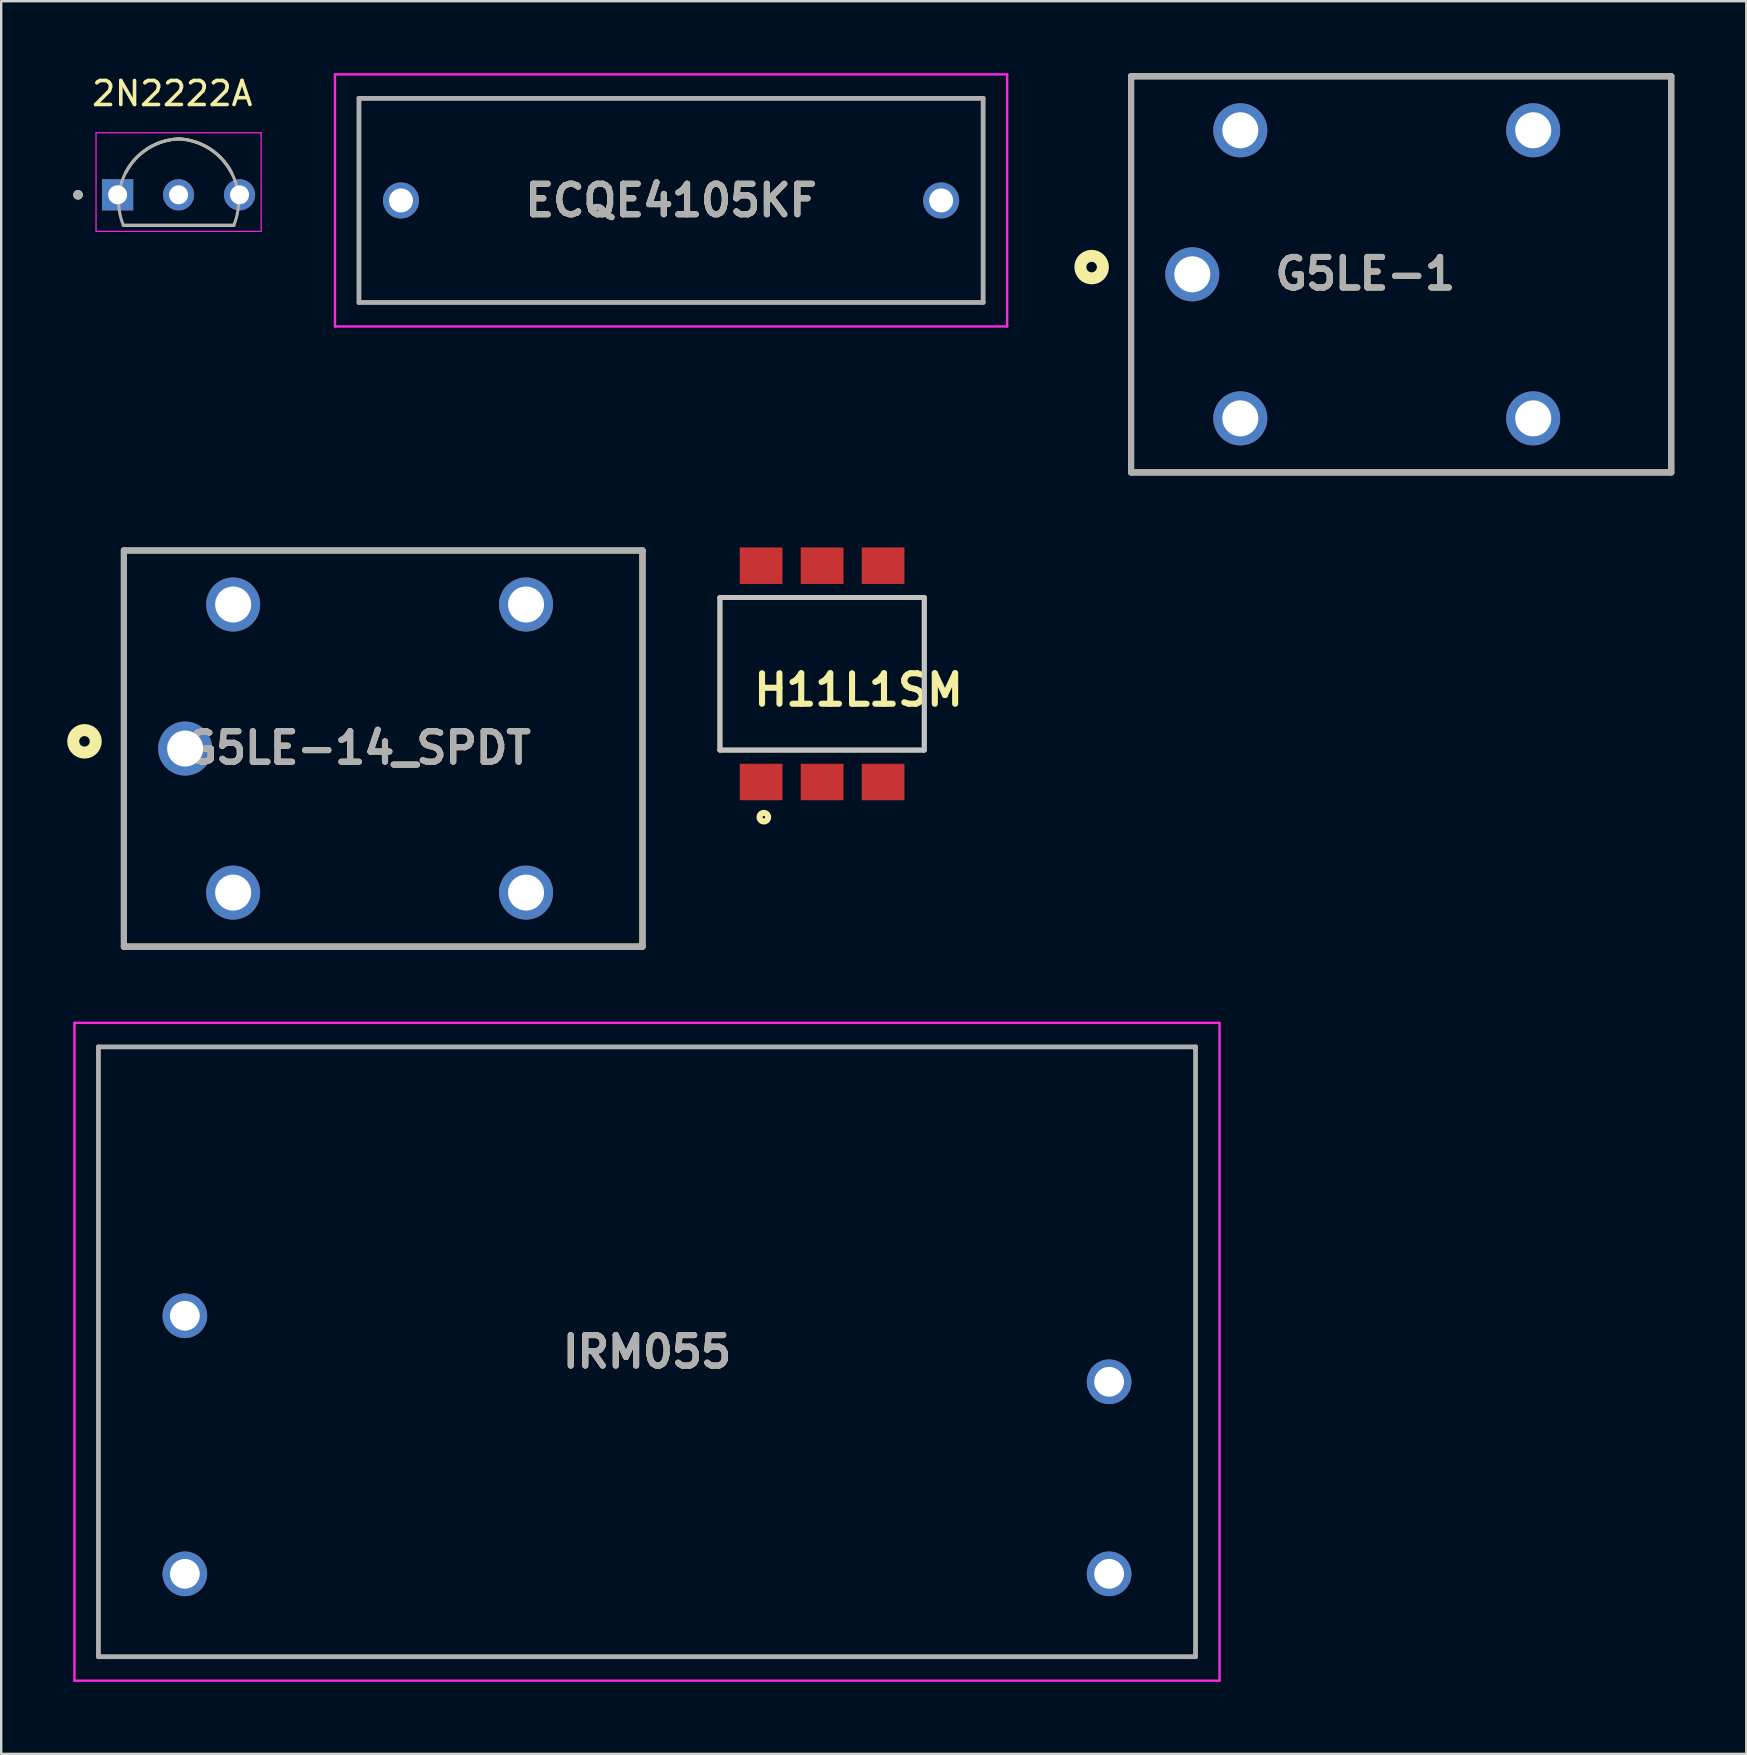
<source format=kicad_pcb>
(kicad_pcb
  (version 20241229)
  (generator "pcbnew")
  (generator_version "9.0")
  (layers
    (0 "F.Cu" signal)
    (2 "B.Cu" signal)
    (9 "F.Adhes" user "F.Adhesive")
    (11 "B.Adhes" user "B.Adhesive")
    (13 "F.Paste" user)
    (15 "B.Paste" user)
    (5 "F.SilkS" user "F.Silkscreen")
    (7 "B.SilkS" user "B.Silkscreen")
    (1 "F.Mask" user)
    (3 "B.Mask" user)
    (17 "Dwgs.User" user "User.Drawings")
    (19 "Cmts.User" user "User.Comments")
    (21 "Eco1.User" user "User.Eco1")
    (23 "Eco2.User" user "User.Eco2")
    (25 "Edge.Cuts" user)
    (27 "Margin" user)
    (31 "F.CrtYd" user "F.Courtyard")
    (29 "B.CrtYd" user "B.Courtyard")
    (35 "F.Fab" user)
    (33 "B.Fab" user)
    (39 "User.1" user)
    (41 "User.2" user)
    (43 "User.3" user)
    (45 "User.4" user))
  (footprint "ECQE4105KF"
    (layer "F.Cu")
    (at 13.653 5.3)
    (property "Reference" "ECQE4105KF" (at 11.25 0 0) (layer "F.SilkS") (effects (font (size 1.27 1.27) (thickness 0.254))))
    (attr through_hole)
    (fp_line (start -1.75 -4.25) (end 24.25 -4.25) (stroke (width 0.1) (type solid)) (layer "F.SilkS"))
    (fp_line (start -1.75 4.25) (end -1.75 -4.25) (stroke (width 0.1) (type solid)) (layer "F.SilkS"))
    (fp_line (start 24.25 -4.25) (end 24.25 4.25) (stroke (width 0.1) (type solid)) (layer "F.SilkS"))
    (fp_line (start 24.25 4.25) (end -1.75 4.25) (stroke (width 0.1) (type solid)) (layer "F.SilkS"))
    (fp_line (start -2.75 -5.25) (end 25.25 -5.25) (stroke (width 0.1) (type solid)) (layer "F.CrtYd"))
    (fp_line (start -2.75 5.25) (end -2.75 -5.25) (stroke (width 0.1) (type solid)) (layer "F.CrtYd"))
    (fp_line (start 25.25 -5.25) (end 25.25 5.25) (stroke (width 0.1) (type solid)) (layer "F.CrtYd"))
    (fp_line (start 25.25 5.25) (end -2.75 5.25) (stroke (width 0.1) (type solid)) (layer "F.CrtYd"))
    (fp_line (start -1.75 -4.25) (end 24.25 -4.25) (stroke (width 0.2) (type solid)) (layer "F.Fab"))
    (fp_line (start -1.75 4.25) (end -1.75 -4.25) (stroke (width 0.2) (type solid)) (layer "F.Fab"))
    (fp_line (start 24.25 -4.25) (end 24.25 4.25) (stroke (width 0.2) (type solid)) (layer "F.Fab"))
    (fp_line (start 24.25 4.25) (end -1.75 4.25) (stroke (width 0.2) (type solid)) (layer "F.Fab"))
    (fp_text user "${REFERENCE}" (at 11.25 0 0) (layer "F.Fab") (effects (font (size 1.27 1.27) (thickness 0.254))))
    (pad "1" thru_hole circle (at 0 0) (size 1.5 1.5) (drill 1) (layers "*.Cu" "*.Mask"))
    (pad "2" thru_hole circle (at 22.5 0) (size 1.5 1.5) (drill 1) (layers "*.Cu" "*.Mask")))
  (footprint "H11L1SM"
    (layer "F.Cu")
    (at 31.194 25.019)
    (property "Reference" "H11L1SM" (at 1.52 0.671 0) (layer "F.SilkS") (effects (font (size 1.27 1.27) (thickness 0.254))))
    (attr smd)
    (fp_line (start -4.255 -3.175) (end 4.255 -3.175) (stroke (width 0.2) (type solid)) (layer "F.SilkS"))
    (fp_line (start -4.255 3.175) (end -4.255 -3.175) (stroke (width 0.2) (type solid)) (layer "F.SilkS"))
    (fp_line (start 4.255 -3.175) (end 4.255 3.175) (stroke (width 0.2) (type solid)) (layer "F.SilkS"))
    (fp_line (start 4.255 3.175) (end -4.255 3.175) (stroke (width 0.2) (type solid)) (layer "F.SilkS"))
    (fp_circle (center -2.427 5.97) (end -2.605 5.97) (stroke (width 0.254) (type solid)) (fill no) (layer "F.SilkS"))
    (fp_line (start -4.255 -3.175) (end 4.255 -3.175) (stroke (width 0.2) (type solid)) (layer "Dwgs.User"))
    (fp_line (start -4.255 3.175) (end -4.255 -3.175) (stroke (width 0.2) (type solid)) (layer "Dwgs.User"))
    (fp_line (start 4.255 -3.175) (end 4.255 3.175) (stroke (width 0.2) (type solid)) (layer "Dwgs.User"))
    (fp_line (start 4.255 3.175) (end -4.255 3.175) (stroke (width 0.2) (type solid)) (layer "Dwgs.User"))
    (pad "1" smd rect (at -2.54 4.505 90) (size 1.52 1.78) (layers "F.Cu" "F.Mask" "F.Paste"))
    (pad "2" smd rect (at 0 4.505 90) (size 1.52 1.78) (layers "F.Cu" "F.Mask" "F.Paste"))
    (pad "3" smd rect (at 2.54 4.505 90) (size 1.52 1.78) (layers "F.Cu" "F.Mask" "F.Paste"))
    (pad "4" smd rect (at 2.54 -4.505 90) (size 1.52 1.78) (layers "F.Cu" "F.Mask" "F.Paste"))
    (pad "5" smd rect (at 0 -4.505 90) (size 1.52 1.78) (layers "F.Cu" "F.Mask" "F.Paste"))
    (pad "6" smd rect (at -2.54 -4.505 90) (size 1.52 1.78) (layers "F.Cu" "F.Mask" "F.Paste")))
  (footprint "IRM055"
    (layer "F.Cu")
    (at 4.65 62.508)
    (property "Reference" "IRM055" (at 19.25 -9.25 0) (layer "F.SilkS") (effects (font (size 1.27 1.27) (thickness 0.254))))
    (attr through_hole)
    (fp_line (start -3.6 -21.95) (end -3.6 3.45) (stroke (width 0.1) (type solid)) (layer "F.SilkS"))
    (fp_line (start -3.6 3.45) (end 42.1 3.45) (stroke (width 0.1) (type solid)) (layer "F.SilkS"))
    (fp_line (start 42.1 -21.95) (end -3.6 -21.95) (stroke (width 0.1) (type solid)) (layer "F.SilkS"))
    (fp_line (start 42.1 3.45) (end 42.1 -21.95) (stroke (width 0.1) (type solid)) (layer "F.SilkS"))
    (fp_line (start -4.6 -22.95) (end -4.6 4.45) (stroke (width 0.1) (type solid)) (layer "F.CrtYd"))
    (fp_line (start -4.6 4.45) (end 43.1 4.45) (stroke (width 0.1) (type solid)) (layer "F.CrtYd"))
    (fp_line (start 43.1 -22.95) (end -4.6 -22.95) (stroke (width 0.1) (type solid)) (layer "F.CrtYd"))
    (fp_line (start 43.1 4.45) (end 43.1 -22.95) (stroke (width 0.1) (type solid)) (layer "F.CrtYd"))
    (fp_line (start -3.6 -21.95) (end -3.6 3.45) (stroke (width 0.2) (type solid)) (layer "F.Fab"))
    (fp_line (start -3.6 3.45) (end 42.1 3.45) (stroke (width 0.2) (type solid)) (layer "F.Fab"))
    (fp_line (start 42.1 -21.95) (end -3.6 -21.95) (stroke (width 0.2) (type solid)) (layer "F.Fab"))
    (fp_line (start 42.1 3.45) (end 42.1 -21.95) (stroke (width 0.2) (type solid)) (layer "F.Fab"))
    (fp_text user "${REFERENCE}" (at 19.25 -9.25 0) (layer "F.Fab") (effects (font (size 1.27 1.27) (thickness 0.254))))
    (pad "1" thru_hole circle (at 0 0) (size 1.86 1.86) (drill 1.24) (layers "*.Cu" "*.Mask"))
    (pad "2" thru_hole circle (at 38.5 0) (size 1.86 1.86) (drill 1.24) (layers "*.Cu" "*.Mask"))
    (pad "3" thru_hole circle (at 38.5 -8) (size 1.86 1.86) (drill 1.24) (layers "*.Cu" "*.Mask"))
    (pad "4" thru_hole circle (at 0 -10.75) (size 1.86 1.86) (drill 1.24) (layers "*.Cu" "*.Mask")))
  (footprint "G5LE-1"
    (layer "F.Cu")
    (at 44.065 14.377)
    (property "Reference" "G5LE-1" (at 9.756 -6.027 0) (layer "F.SilkS") (effects (font (size 1.27 1.27) (thickness 0.254))))
    (attr through_hole)
    (fp_line (start 0 -14.25) (end 0 2.25) (stroke (width 0.254) (type solid)) (layer "F.SilkS"))
    (fp_line (start 0 2.25) (end 22.5 2.25) (stroke (width 0.254) (type solid)) (layer "F.SilkS"))
    (fp_line (start 22.5 -14.25) (end 0 -14.25) (stroke (width 0.254) (type solid)) (layer "F.SilkS"))
    (fp_line (start 22.5 2.25) (end 22.5 -14.25) (stroke (width 0.254) (type solid)) (layer "F.SilkS"))
    (fp_circle (center -1.643 -6.301) (end -1.643 -6.082) (stroke (width 0.5) (type solid)) (fill no) (layer "F.SilkS"))
    (fp_line (start 0 -14.25) (end 22.5 -14.25) (stroke (width 0.254) (type solid)) (layer "F.Fab"))
    (fp_line (start 0 2.25) (end 0 -14.25) (stroke (width 0.254) (type solid)) (layer "F.Fab"))
    (fp_line (start 22.5 -14.25) (end 22.5 2.25) (stroke (width 0.254) (type solid)) (layer "F.Fab"))
    (fp_line (start 22.5 2.25) (end 0 2.25) (stroke (width 0.254) (type solid)) (layer "F.Fab"))
    (fp_text user "${REFERENCE}" (at 9.756 -6.027 0) (layer "F.Fab") (effects (font (size 1.27 1.27) (thickness 0.254))))
    (pad "1" thru_hole circle (at 2.55 -6) (size 2.25 2.25) (drill 1.5) (layers "*.Cu" "*.Mask"))
    (pad "2" thru_hole circle (at 4.55 0) (size 2.25 2.25) (drill 1.5) (layers "*.Cu" "*.Mask"))
    (pad "3" thru_hole circle (at 16.75 0) (size 2.25 2.25) (drill 1.5) (layers "*.Cu" "*.Mask"))
    (pad "4" thru_hole circle (at 16.75 -12) (size 2.25 2.25) (drill 1.5) (layers "*.Cu" "*.Mask"))
    (pad "5" thru_hole circle (at 4.55 -12) (size 2.25 2.25) (drill 1.5) (layers "*.Cu" "*.Mask")))
  (footprint "2N2222A"
    (layer "F.Cu")
    (at 4.389 2.735)
    (property "Reference" "2N2222A" (at -0.264 -1.887 0) (layer "F.SilkS") (effects (font (size 1 1) (thickness 0.15))))
    (attr through_hole)
    (fp_line (start -2.3 3.6) (end 2.3 3.6) (stroke (width 0.127) (type solid)) (layer "F.SilkS"))
    (fp_arc (start -2.2 1.4) (mid -1.287564 0.405256) (end 0 0) (stroke (width 0.127) (type solid)) (layer "F.SilkS"))
    (fp_arc (start 0 0) (mid 1.287564 0.405256) (end 2.2 1.4) (stroke (width 0.127) (type solid)) (layer "F.SilkS"))
    (fp_circle (center -4.189 2.33) (end -4.089 2.33) (stroke (width 0.2) (type solid)) (fill no) (layer "F.SilkS"))
    (fp_line (start -3.439 -0.252) (end -3.439 3.85) (stroke (width 0.05) (type solid)) (layer "F.CrtYd"))
    (fp_line (start -3.439 3.85) (end 3.439 3.85) (stroke (width 0.05) (type solid)) (layer "F.CrtYd"))
    (fp_line (start 3.439 -0.252) (end -3.439 -0.252) (stroke (width 0.05) (type solid)) (layer "F.CrtYd"))
    (fp_line (start 3.439 3.85) (end 3.439 -0.252) (stroke (width 0.05) (type solid)) (layer "F.CrtYd"))
    (fp_line (start -2.3 3.6) (end 2.3 3.6) (stroke (width 0.127) (type solid)) (layer "F.Fab"))
    (fp_arc (start -2.3 3.600001) (mid -2.087021 1.201348) (end 0 0) (stroke (width 0.127) (type solid)) (layer "F.Fab"))
    (fp_arc (start 0 0) (mid 2.087021 1.201348) (end 2.3 3.600001) (stroke (width 0.127) (type solid)) (layer "F.Fab"))
    (fp_circle (center -4.189 2.33) (end -4.089 2.33) (stroke (width 0.2) (type solid)) (fill no) (layer "F.Fab"))
    (pad "1" thru_hole rect (at -2.54 2.33) (size 1.298 1.298) (drill 0.79) (layers "*.Cu" "*.Mask"))
    (pad "2" thru_hole circle (at 0 2.33) (size 1.298 1.298) (drill 0.79) (layers "*.Cu" "*.Mask"))
    (pad "3" thru_hole circle (at 2.54 2.33) (size 1.298 1.298) (drill 0.79) (layers "*.Cu" "*.Mask")))
  (footprint "G5LE-14_SPDT"
    (layer "F.Cu")
    (at 6.662 34.131)
    (property "Reference" "G5LE-14_SPDT" (at 5.206 -6.027 0) (layer "F.SilkS") (effects (font (size 1.27 1.27) (thickness 0.254))))
    (attr through_hole)
    (fp_line (start -4.55 -14.25) (end -4.55 2.25) (stroke (width 0.254) (type solid)) (layer "F.SilkS"))
    (fp_line (start -4.55 2.25) (end 17.05 2.25) (stroke (width 0.254) (type solid)) (layer "F.SilkS"))
    (fp_line (start 17.05 -14.25) (end -4.55 -14.25) (stroke (width 0.254) (type solid)) (layer "F.SilkS"))
    (fp_line (start 17.05 2.25) (end 17.05 -14.25) (stroke (width 0.254) (type solid)) (layer "F.SilkS"))
    (fp_circle (center -6.193 -6.301) (end -6.193 -6.082) (stroke (width 0.5) (type solid)) (fill no) (layer "F.SilkS"))
    (fp_line (start -4.55 -14.25) (end 17.05 -14.25) (stroke (width 0.254) (type solid)) (layer "F.Fab"))
    (fp_line (start -4.55 2.25) (end -4.55 -14.25) (stroke (width 0.254) (type solid)) (layer "F.Fab"))
    (fp_line (start 17.05 -14.25) (end 17.05 2.25) (stroke (width 0.254) (type solid)) (layer "F.Fab"))
    (fp_line (start 17.05 2.25) (end -4.55 2.25) (stroke (width 0.254) (type solid)) (layer "F.Fab"))
    (fp_text user "${REFERENCE}" (at 5.206 -6.027 0) (layer "F.Fab") (effects (font (size 1.27 1.27) (thickness 0.254))))
    (pad "1" thru_hole circle (at -2 -6) (size 2.25 2.25) (drill 1.5) (layers "*.Cu" "*.Mask"))
    (pad "2" thru_hole circle (at 0 0) (size 2.25 2.25) (drill 1.5) (layers "*.Cu" "*.Mask"))
    (pad "3" thru_hole circle (at 12.2 0) (size 2.25 2.25) (drill 1.5) (layers "*.Cu" "*.Mask"))
    (pad "4" thru_hole circle (at 12.2 -12) (size 2.25 2.25) (drill 1.5) (layers "*.Cu" "*.Mask"))
    (pad "5" thru_hole circle (at 0 -12) (size 2.25 2.25) (drill 1.5) (layers "*.Cu" "*.Mask")))
  (gr_rect
    (start -3 -3)
    (end 69.692 70.008)
    (stroke (width 0.1) (type default))
    (fill no)
    (layer "Edge.Cuts")))
</source>
